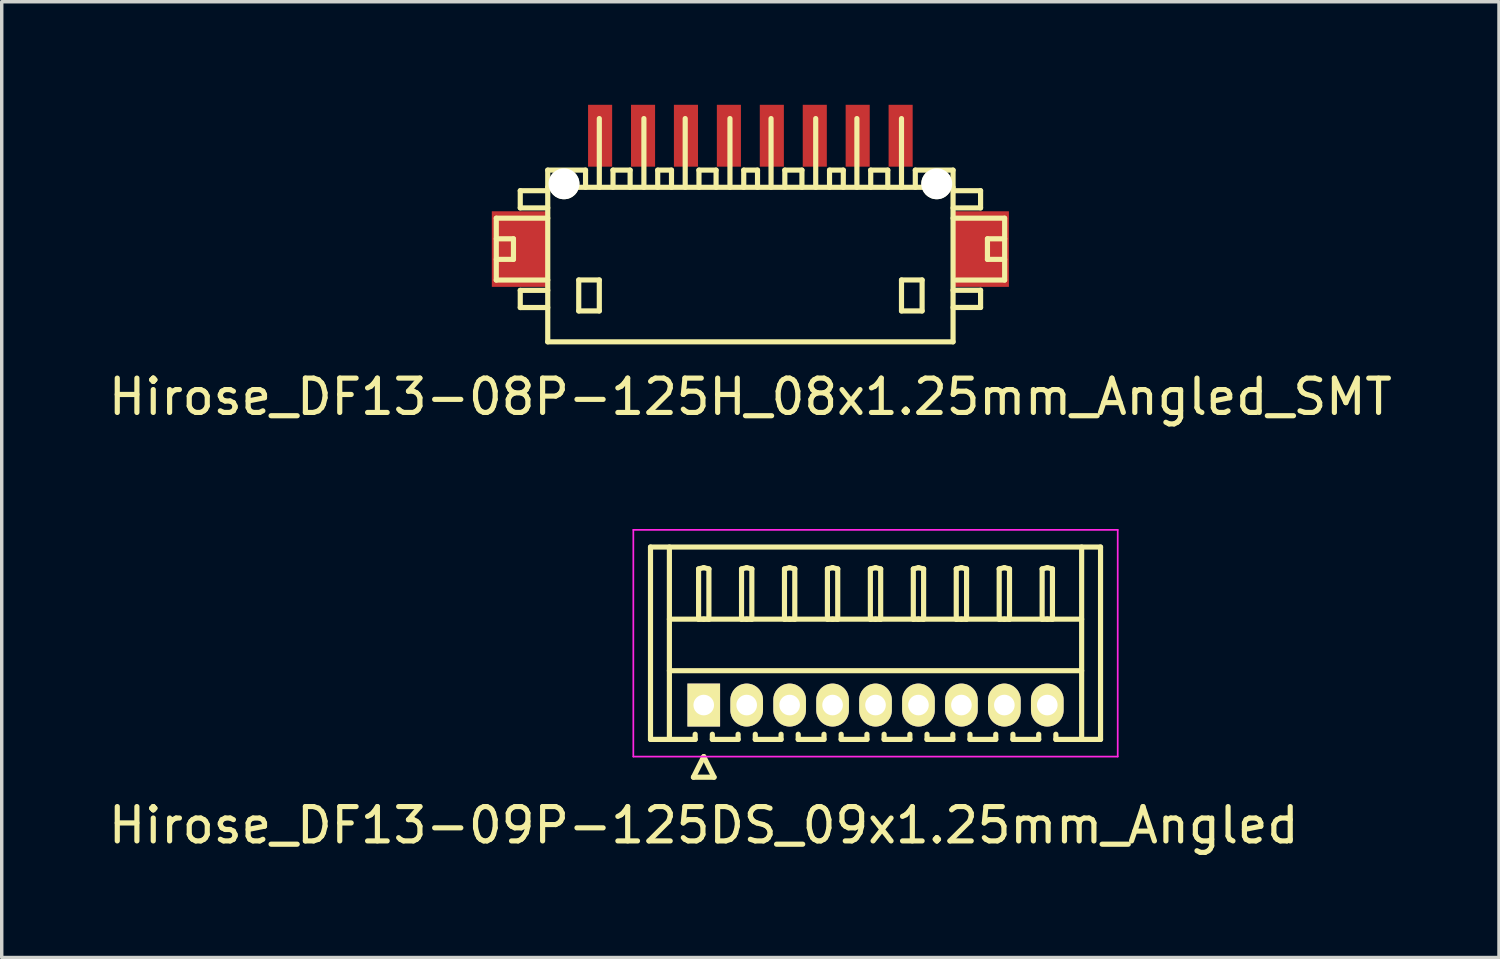
<source format=kicad_pcb>
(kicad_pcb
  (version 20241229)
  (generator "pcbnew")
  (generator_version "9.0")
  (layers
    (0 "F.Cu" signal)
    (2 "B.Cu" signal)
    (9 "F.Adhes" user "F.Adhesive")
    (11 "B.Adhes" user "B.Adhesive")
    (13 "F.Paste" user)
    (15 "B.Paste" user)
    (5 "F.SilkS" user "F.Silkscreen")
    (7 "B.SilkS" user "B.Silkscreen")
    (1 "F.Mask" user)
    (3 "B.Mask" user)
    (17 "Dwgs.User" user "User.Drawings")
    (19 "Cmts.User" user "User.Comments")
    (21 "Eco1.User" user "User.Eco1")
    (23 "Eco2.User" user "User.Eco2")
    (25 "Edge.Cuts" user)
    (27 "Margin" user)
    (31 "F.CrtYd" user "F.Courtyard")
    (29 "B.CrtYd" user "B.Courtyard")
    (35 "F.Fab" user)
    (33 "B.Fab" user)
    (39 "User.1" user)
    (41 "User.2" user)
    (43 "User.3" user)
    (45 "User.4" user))
  (footprint "Hirose_DF13-08P-125H_08x1.25mm_Angled_SMT"
    (layer "F.Cu")
    (at 18.792 4.401)
    (property "Reference" "Hirose_DF13-08P-125H_08x1.25mm_Angled_SMT" (at 0 4.1 0) (layer "F.SilkS") (effects (font (size 1 1) (thickness 0.15))))
    (attr smd)
    (fp_line (start -7.396 -1.1) (end -7.396 0.701) (stroke (width 0.15) (type solid)) (layer "F.SilkS"))
    (fp_line (start -7.396 0.701) (end -5.898 0.701) (stroke (width 0.15) (type solid)) (layer "F.SilkS"))
    (fp_line (start -6.896 -0.5) (end -7.396 -0.5) (stroke (width 0.15) (type solid)) (layer "F.SilkS"))
    (fp_line (start -6.896 0.099) (end -7.396 0.099) (stroke (width 0.15) (type solid)) (layer "F.SilkS"))
    (fp_line (start -6.896 0.099) (end -6.896 -0.5) (stroke (width 0.15) (type solid)) (layer "F.SilkS"))
    (fp_line (start -6.698 -1.9) (end -6.698 -1.4) (stroke (width 0.15) (type solid)) (layer "F.SilkS"))
    (fp_line (start -6.698 -1.9) (end -5.898 -1.9) (stroke (width 0.15) (type solid)) (layer "F.SilkS"))
    (fp_line (start -6.698 1.001) (end -6.698 1.501) (stroke (width 0.15) (type solid)) (layer "F.SilkS"))
    (fp_line (start -6.698 1.501) (end -5.898 1.501) (stroke (width 0.15) (type solid)) (layer "F.SilkS"))
    (fp_line (start -5.9 -1.999) (end 5.9 -1.999) (stroke (width 0.15) (type solid)) (layer "F.SilkS"))
    (fp_line (start -5.9 2.499) (end 5.9 2.499) (stroke (width 0.15) (type solid)) (layer "F.SilkS"))
    (fp_line (start -5.898 -1.4) (end -6.698 -1.4) (stroke (width 0.15) (type solid)) (layer "F.SilkS"))
    (fp_line (start -5.898 -1.1) (end -7.396 -1.1) (stroke (width 0.15) (type solid)) (layer "F.SilkS"))
    (fp_line (start -5.898 1.001) (end -6.698 1.001) (stroke (width 0.15) (type solid)) (layer "F.SilkS"))
    (fp_line (start -5.898 2.499) (end -5.898 -2.499) (stroke (width 0.15) (type solid)) (layer "F.SilkS"))
    (fp_line (start -4.996 0.699) (end -4.996 1.6) (stroke (width 0.15) (type solid)) (layer "F.SilkS"))
    (fp_line (start -4.996 1.6) (end -4.397 1.6) (stroke (width 0.15) (type solid)) (layer "F.SilkS"))
    (fp_line (start -4.798 -2.499) (end -5.898 -2.499) (stroke (width 0.15) (type solid)) (layer "F.SilkS"))
    (fp_line (start -4.798 -2.499) (end -4.798 -1.999) (stroke (width 0.15) (type solid)) (layer "F.SilkS"))
    (fp_line (start -4.397 -4) (end -4.397 -1.999) (stroke (width 0.15) (type solid)) (layer "F.SilkS"))
    (fp_line (start -4.397 0.699) (end -4.996 0.699) (stroke (width 0.15) (type solid)) (layer "F.SilkS"))
    (fp_line (start -4.397 1.6) (end -4.397 0.699) (stroke (width 0.15) (type solid)) (layer "F.SilkS"))
    (fp_line (start -4 -2.499) (end -3.5 -2.499) (stroke (width 0.15) (type solid)) (layer "F.SilkS"))
    (fp_line (start -3.998 -1.999) (end -3.998 -2.499) (stroke (width 0.15) (type solid)) (layer "F.SilkS"))
    (fp_line (start -3.5 -2.499) (end -3.5 -1.999) (stroke (width 0.15) (type solid)) (layer "F.SilkS"))
    (fp_line (start -3.099 -1.999) (end -3.099 -4) (stroke (width 0.15) (type solid)) (layer "F.SilkS"))
    (fp_line (start -2.697 -2.499) (end -2.697 -1.999) (stroke (width 0.15) (type solid)) (layer "F.SilkS"))
    (fp_line (start -2.296 -2.499) (end -2.697 -2.499) (stroke (width 0.15) (type solid)) (layer "F.SilkS"))
    (fp_line (start -2.296 -2.499) (end -2.296 -1.999) (stroke (width 0.15) (type solid)) (layer "F.SilkS"))
    (fp_line (start -1.897 -1.999) (end -1.897 -4) (stroke (width 0.15) (type solid)) (layer "F.SilkS"))
    (fp_line (start -1.499 -2.499) (end -0.998 -2.499) (stroke (width 0.15) (type solid)) (layer "F.SilkS"))
    (fp_line (start -1.496 -1.999) (end -1.496 -2.499) (stroke (width 0.15) (type solid)) (layer "F.SilkS"))
    (fp_line (start -0.998 -2.499) (end -0.998 -1.999) (stroke (width 0.15) (type solid)) (layer "F.SilkS"))
    (fp_line (start -0.594 -1.999) (end -0.594 -4) (stroke (width 0.15) (type solid)) (layer "F.SilkS"))
    (fp_line (start -0.193 -2.499) (end -0.193 -1.999) (stroke (width 0.15) (type solid)) (layer "F.SilkS"))
    (fp_line (start 0.208 -2.499) (end -0.193 -2.499) (stroke (width 0.15) (type solid)) (layer "F.SilkS"))
    (fp_line (start 0.208 -2.499) (end 0.208 -1.999) (stroke (width 0.15) (type solid)) (layer "F.SilkS"))
    (fp_line (start 0.602 -1.999) (end 0.602 -4) (stroke (width 0.15) (type solid)) (layer "F.SilkS"))
    (fp_line (start 1.001 -2.499) (end 1.501 -2.499) (stroke (width 0.15) (type solid)) (layer "F.SilkS"))
    (fp_line (start 1.003 -1.999) (end 1.003 -2.499) (stroke (width 0.15) (type solid)) (layer "F.SilkS"))
    (fp_line (start 1.501 -2.499) (end 1.501 -1.999) (stroke (width 0.15) (type solid)) (layer "F.SilkS"))
    (fp_line (start 1.902 -1.999) (end 1.902 -4) (stroke (width 0.15) (type solid)) (layer "F.SilkS"))
    (fp_line (start 2.304 -2.499) (end 2.304 -1.999) (stroke (width 0.15) (type solid)) (layer "F.SilkS"))
    (fp_line (start 2.705 -2.499) (end 2.304 -2.499) (stroke (width 0.15) (type solid)) (layer "F.SilkS"))
    (fp_line (start 2.705 -2.499) (end 2.705 -1.999) (stroke (width 0.15) (type solid)) (layer "F.SilkS"))
    (fp_line (start 3.101 -1.999) (end 3.101 -4) (stroke (width 0.15) (type solid)) (layer "F.SilkS"))
    (fp_line (start 3.5 -2.499) (end 4 -2.499) (stroke (width 0.15) (type solid)) (layer "F.SilkS"))
    (fp_line (start 3.503 -1.999) (end 3.503 -2.499) (stroke (width 0.15) (type solid)) (layer "F.SilkS"))
    (fp_line (start 4 -2.499) (end 4 -1.999) (stroke (width 0.15) (type solid)) (layer "F.SilkS"))
    (fp_line (start 4.399 -1.999) (end 4.399 -4) (stroke (width 0.15) (type solid)) (layer "F.SilkS"))
    (fp_line (start 4.399 0.699) (end 4.999 0.699) (stroke (width 0.15) (type solid)) (layer "F.SilkS"))
    (fp_line (start 4.399 1.6) (end 4.399 0.699) (stroke (width 0.15) (type solid)) (layer "F.SilkS"))
    (fp_line (start 4.801 -2.499) (end 4.801 -1.999) (stroke (width 0.15) (type solid)) (layer "F.SilkS"))
    (fp_line (start 4.999 0.699) (end 4.999 1.6) (stroke (width 0.15) (type solid)) (layer "F.SilkS"))
    (fp_line (start 4.999 1.6) (end 4.399 1.6) (stroke (width 0.15) (type solid)) (layer "F.SilkS"))
    (fp_line (start 5.9 -2.499) (end 4.801 -2.499) (stroke (width 0.15) (type solid)) (layer "F.SilkS"))
    (fp_line (start 5.9 -2.499) (end 5.9 2.499) (stroke (width 0.15) (type solid)) (layer "F.SilkS"))
    (fp_line (start 5.9 -1.9) (end 6.701 -1.9) (stroke (width 0.15) (type solid)) (layer "F.SilkS"))
    (fp_line (start 5.9 0.998) (end 6.701 0.998) (stroke (width 0.15) (type solid)) (layer "F.SilkS"))
    (fp_line (start 6.701 -1.9) (end 6.701 -1.4) (stroke (width 0.15) (type solid)) (layer "F.SilkS"))
    (fp_line (start 6.701 -1.4) (end 5.9 -1.4) (stroke (width 0.15) (type solid)) (layer "F.SilkS"))
    (fp_line (start 6.701 0.998) (end 6.701 1.499) (stroke (width 0.15) (type solid)) (layer "F.SilkS"))
    (fp_line (start 6.701 1.499) (end 5.9 1.499) (stroke (width 0.15) (type solid)) (layer "F.SilkS"))
    (fp_line (start 6.901 0.099) (end 6.901 -0.5) (stroke (width 0.15) (type solid)) (layer "F.SilkS"))
    (fp_line (start 7.399 -1.1) (end 5.9 -1.1) (stroke (width 0.15) (type solid)) (layer "F.SilkS"))
    (fp_line (start 7.399 0.701) (end 5.999 0.701) (stroke (width 0.15) (type solid)) (layer "F.SilkS"))
    (fp_line (start 7.402 -1.1) (end 7.402 0.701) (stroke (width 0.15) (type solid)) (layer "F.SilkS"))
    (fp_line (start 7.402 -0.5) (end 6.901 -0.5) (stroke (width 0.15) (type solid)) (layer "F.SilkS"))
    (fp_line (start 7.402 0.099) (end 6.901 0.099) (stroke (width 0.15) (type solid)) (layer "F.SilkS"))
    (pad "" smd rect (at -6.726 -0.201) (size 1.6 2.2) (layers "F.Cu" "F.Mask" "F.Paste"))
    (pad "" np_thru_hole circle (at -5.425 -2.101) (size 0.899 0.899) (drill 0.899) (layers "*.Cu" "*.Mask" "F.SilkS"))
    (pad "" np_thru_hole circle (at 5.425 -2.101) (size 0.899 0.899) (drill 0.899) (layers "*.Cu" "*.Mask" "F.SilkS"))
    (pad "" smd rect (at 6.726 -0.201) (size 1.6 2.2) (layers "F.Cu" "F.Mask" "F.Paste"))
    (pad "1" smd rect (at 4.374 -3.5) (size 0.701 1.801) (layers "F.Cu" "F.Mask" "F.Paste"))
    (pad "2" smd rect (at 3.124 -3.5) (size 0.701 1.801) (layers "F.Cu" "F.Mask" "F.Paste"))
    (pad "3" smd rect (at 1.875 -3.5) (size 0.701 1.801) (layers "F.Cu" "F.Mask" "F.Paste"))
    (pad "4" smd rect (at 0.625 -3.5) (size 0.701 1.801) (layers "F.Cu" "F.Mask" "F.Paste"))
    (pad "5" smd rect (at -0.625 -3.5) (size 0.701 1.801) (layers "F.Cu" "F.Mask" "F.Paste"))
    (pad "6" smd rect (at -1.875 -3.5) (size 0.701 1.801) (layers "F.Cu" "F.Mask" "F.Paste"))
    (pad "7" smd rect (at -3.124 -3.5) (size 0.701 1.801) (layers "F.Cu" "F.Mask" "F.Paste"))
    (pad "8" smd rect (at -4.374 -3.5) (size 0.701 1.801) (layers "F.Cu" "F.Mask" "F.Paste")))
  (footprint "Hirose_DF13-09P-125DS_09x1.25mm_Angled"
    (layer "F.Cu")
    (at 17.435 17.473)
    (property "Reference" "Hirose_DF13-09P-125DS_09x1.25mm_Angled" (at 0 3.5 0) (layer "F.SilkS") (effects (font (size 1 1) (thickness 0.15))))
    (attr through_hole)
    (fp_line (start -1.55 -4.6) (end 11.55 -4.6) (stroke (width 0.15) (type solid)) (layer "F.SilkS"))
    (fp_line (start -1.55 1) (end -1.55 -4.6) (stroke (width 0.15) (type solid)) (layer "F.SilkS"))
    (fp_line (start -1 -4.6) (end -1 1) (stroke (width 0.15) (type solid)) (layer "F.SilkS"))
    (fp_line (start -1 -2.5) (end 11 -2.5) (stroke (width 0.15) (type solid)) (layer "F.SilkS"))
    (fp_line (start -1 -1) (end 11 -1) (stroke (width 0.15) (type solid)) (layer "F.SilkS"))
    (fp_line (start -0.3 2.1) (end 0.3 2.1) (stroke (width 0.15) (type solid)) (layer "F.SilkS"))
    (fp_line (start -0.25 0.85) (end -0.25 1) (stroke (width 0.15) (type solid)) (layer "F.SilkS"))
    (fp_line (start -0.25 1) (end -1.55 1) (stroke (width 0.15) (type solid)) (layer "F.SilkS"))
    (fp_line (start -0.15 -3.962) (end 0 -4) (stroke (width 0.15) (type solid)) (layer "F.SilkS"))
    (fp_line (start -0.15 -2.5) (end -0.15 -3.962) (stroke (width 0.15) (type solid)) (layer "F.SilkS"))
    (fp_line (start 0 -4) (end 0.15 -3.962) (stroke (width 0.15) (type solid)) (layer "F.SilkS"))
    (fp_line (start 0 -2.5) (end -0.15 -2.5) (stroke (width 0.15) (type solid)) (layer "F.SilkS"))
    (fp_line (start 0 1.5) (end -0.3 2.1) (stroke (width 0.15) (type solid)) (layer "F.SilkS"))
    (fp_line (start 0.15 -3.962) (end 0.15 -2.5) (stroke (width 0.15) (type solid)) (layer "F.SilkS"))
    (fp_line (start 0.15 -2.5) (end 0 -2.5) (stroke (width 0.15) (type solid)) (layer "F.SilkS"))
    (fp_line (start 0.25 0.85) (end 0.25 1) (stroke (width 0.15) (type solid)) (layer "F.SilkS"))
    (fp_line (start 0.25 1) (end 1 1) (stroke (width 0.15) (type solid)) (layer "F.SilkS"))
    (fp_line (start 0.3 2.1) (end 0 1.5) (stroke (width 0.15) (type solid)) (layer "F.SilkS"))
    (fp_line (start 1 1) (end 1 0.85) (stroke (width 0.15) (type solid)) (layer "F.SilkS"))
    (fp_line (start 1.1 -3.962) (end 1.25 -4) (stroke (width 0.15) (type solid)) (layer "F.SilkS"))
    (fp_line (start 1.1 -2.5) (end 1.1 -3.962) (stroke (width 0.15) (type solid)) (layer "F.SilkS"))
    (fp_line (start 1.25 -4) (end 1.4 -3.962) (stroke (width 0.15) (type solid)) (layer "F.SilkS"))
    (fp_line (start 1.25 -2.5) (end 1.1 -2.5) (stroke (width 0.15) (type solid)) (layer "F.SilkS"))
    (fp_line (start 1.4 -3.962) (end 1.4 -2.5) (stroke (width 0.15) (type solid)) (layer "F.SilkS"))
    (fp_line (start 1.4 -2.5) (end 1.25 -2.5) (stroke (width 0.15) (type solid)) (layer "F.SilkS"))
    (fp_line (start 1.5 0.85) (end 1.5 1) (stroke (width 0.15) (type solid)) (layer "F.SilkS"))
    (fp_line (start 1.5 1) (end 2.25 1) (stroke (width 0.15) (type solid)) (layer "F.SilkS"))
    (fp_line (start 2.25 1) (end 2.25 0.85) (stroke (width 0.15) (type solid)) (layer "F.SilkS"))
    (fp_line (start 2.35 -3.962) (end 2.5 -4) (stroke (width 0.15) (type solid)) (layer "F.SilkS"))
    (fp_line (start 2.35 -2.5) (end 2.35 -3.962) (stroke (width 0.15) (type solid)) (layer "F.SilkS"))
    (fp_line (start 2.5 -4) (end 2.65 -3.962) (stroke (width 0.15) (type solid)) (layer "F.SilkS"))
    (fp_line (start 2.5 -2.5) (end 2.35 -2.5) (stroke (width 0.15) (type solid)) (layer "F.SilkS"))
    (fp_line (start 2.65 -3.962) (end 2.65 -2.5) (stroke (width 0.15) (type solid)) (layer "F.SilkS"))
    (fp_line (start 2.65 -2.5) (end 2.5 -2.5) (stroke (width 0.15) (type solid)) (layer "F.SilkS"))
    (fp_line (start 2.75 0.85) (end 2.75 1) (stroke (width 0.15) (type solid)) (layer "F.SilkS"))
    (fp_line (start 2.75 1) (end 3.5 1) (stroke (width 0.15) (type solid)) (layer "F.SilkS"))
    (fp_line (start 3.5 1) (end 3.5 0.85) (stroke (width 0.15) (type solid)) (layer "F.SilkS"))
    (fp_line (start 3.6 -3.962) (end 3.75 -4) (stroke (width 0.15) (type solid)) (layer "F.SilkS"))
    (fp_line (start 3.6 -2.5) (end 3.6 -3.962) (stroke (width 0.15) (type solid)) (layer "F.SilkS"))
    (fp_line (start 3.75 -4) (end 3.9 -3.962) (stroke (width 0.15) (type solid)) (layer "F.SilkS"))
    (fp_line (start 3.75 -2.5) (end 3.6 -2.5) (stroke (width 0.15) (type solid)) (layer "F.SilkS"))
    (fp_line (start 3.9 -3.962) (end 3.9 -2.5) (stroke (width 0.15) (type solid)) (layer "F.SilkS"))
    (fp_line (start 3.9 -2.5) (end 3.75 -2.5) (stroke (width 0.15) (type solid)) (layer "F.SilkS"))
    (fp_line (start 4 0.85) (end 4 1) (stroke (width 0.15) (type solid)) (layer "F.SilkS"))
    (fp_line (start 4 1) (end 4.75 1) (stroke (width 0.15) (type solid)) (layer "F.SilkS"))
    (fp_line (start 4.75 1) (end 4.75 0.85) (stroke (width 0.15) (type solid)) (layer "F.SilkS"))
    (fp_line (start 4.85 -3.962) (end 5 -4) (stroke (width 0.15) (type solid)) (layer "F.SilkS"))
    (fp_line (start 4.85 -2.5) (end 4.85 -3.962) (stroke (width 0.15) (type solid)) (layer "F.SilkS"))
    (fp_line (start 5 -4) (end 5.15 -3.962) (stroke (width 0.15) (type solid)) (layer "F.SilkS"))
    (fp_line (start 5 -2.5) (end 4.85 -2.5) (stroke (width 0.15) (type solid)) (layer "F.SilkS"))
    (fp_line (start 5.15 -3.962) (end 5.15 -2.5) (stroke (width 0.15) (type solid)) (layer "F.SilkS"))
    (fp_line (start 5.15 -2.5) (end 5 -2.5) (stroke (width 0.15) (type solid)) (layer "F.SilkS"))
    (fp_line (start 5.25 0.85) (end 5.25 1) (stroke (width 0.15) (type solid)) (layer "F.SilkS"))
    (fp_line (start 5.25 1) (end 6 1) (stroke (width 0.15) (type solid)) (layer "F.SilkS"))
    (fp_line (start 6 1) (end 6 0.85) (stroke (width 0.15) (type solid)) (layer "F.SilkS"))
    (fp_line (start 6.1 -3.962) (end 6.25 -4) (stroke (width 0.15) (type solid)) (layer "F.SilkS"))
    (fp_line (start 6.1 -2.5) (end 6.1 -3.962) (stroke (width 0.15) (type solid)) (layer "F.SilkS"))
    (fp_line (start 6.25 -4) (end 6.4 -3.962) (stroke (width 0.15) (type solid)) (layer "F.SilkS"))
    (fp_line (start 6.25 -2.5) (end 6.1 -2.5) (stroke (width 0.15) (type solid)) (layer "F.SilkS"))
    (fp_line (start 6.4 -3.962) (end 6.4 -2.5) (stroke (width 0.15) (type solid)) (layer "F.SilkS"))
    (fp_line (start 6.4 -2.5) (end 6.25 -2.5) (stroke (width 0.15) (type solid)) (layer "F.SilkS"))
    (fp_line (start 6.5 0.85) (end 6.5 1) (stroke (width 0.15) (type solid)) (layer "F.SilkS"))
    (fp_line (start 6.5 1) (end 7.25 1) (stroke (width 0.15) (type solid)) (layer "F.SilkS"))
    (fp_line (start 7.25 1) (end 7.25 0.85) (stroke (width 0.15) (type solid)) (layer "F.SilkS"))
    (fp_line (start 7.35 -3.962) (end 7.5 -4) (stroke (width 0.15) (type solid)) (layer "F.SilkS"))
    (fp_line (start 7.35 -2.5) (end 7.35 -3.962) (stroke (width 0.15) (type solid)) (layer "F.SilkS"))
    (fp_line (start 7.5 -4) (end 7.65 -3.962) (stroke (width 0.15) (type solid)) (layer "F.SilkS"))
    (fp_line (start 7.5 -2.5) (end 7.35 -2.5) (stroke (width 0.15) (type solid)) (layer "F.SilkS"))
    (fp_line (start 7.65 -3.962) (end 7.65 -2.5) (stroke (width 0.15) (type solid)) (layer "F.SilkS"))
    (fp_line (start 7.65 -2.5) (end 7.5 -2.5) (stroke (width 0.15) (type solid)) (layer "F.SilkS"))
    (fp_line (start 7.75 0.85) (end 7.75 1) (stroke (width 0.15) (type solid)) (layer "F.SilkS"))
    (fp_line (start 7.75 1) (end 8.5 1) (stroke (width 0.15) (type solid)) (layer "F.SilkS"))
    (fp_line (start 8.5 1) (end 8.5 0.85) (stroke (width 0.15) (type solid)) (layer "F.SilkS"))
    (fp_line (start 8.6 -3.962) (end 8.75 -4) (stroke (width 0.15) (type solid)) (layer "F.SilkS"))
    (fp_line (start 8.6 -2.5) (end 8.6 -3.962) (stroke (width 0.15) (type solid)) (layer "F.SilkS"))
    (fp_line (start 8.75 -4) (end 8.9 -3.962) (stroke (width 0.15) (type solid)) (layer "F.SilkS"))
    (fp_line (start 8.75 -2.5) (end 8.6 -2.5) (stroke (width 0.15) (type solid)) (layer "F.SilkS"))
    (fp_line (start 8.9 -3.962) (end 8.9 -2.5) (stroke (width 0.15) (type solid)) (layer "F.SilkS"))
    (fp_line (start 8.9 -2.5) (end 8.75 -2.5) (stroke (width 0.15) (type solid)) (layer "F.SilkS"))
    (fp_line (start 9 0.85) (end 9 1) (stroke (width 0.15) (type solid)) (layer "F.SilkS"))
    (fp_line (start 9 1) (end 9.75 1) (stroke (width 0.15) (type solid)) (layer "F.SilkS"))
    (fp_line (start 9.75 1) (end 9.75 0.85) (stroke (width 0.15) (type solid)) (layer "F.SilkS"))
    (fp_line (start 9.85 -3.962) (end 10 -4) (stroke (width 0.15) (type solid)) (layer "F.SilkS"))
    (fp_line (start 9.85 -2.5) (end 9.85 -3.962) (stroke (width 0.15) (type solid)) (layer "F.SilkS"))
    (fp_line (start 10 -4) (end 10.15 -3.962) (stroke (width 0.15) (type solid)) (layer "F.SilkS"))
    (fp_line (start 10 -2.5) (end 9.85 -2.5) (stroke (width 0.15) (type solid)) (layer "F.SilkS"))
    (fp_line (start 10.15 -3.962) (end 10.15 -2.5) (stroke (width 0.15) (type solid)) (layer "F.SilkS"))
    (fp_line (start 10.15 -2.5) (end 10 -2.5) (stroke (width 0.15) (type solid)) (layer "F.SilkS"))
    (fp_line (start 10.25 1) (end 10.25 0.85) (stroke (width 0.15) (type solid)) (layer "F.SilkS"))
    (fp_line (start 11 -4.6) (end 11 1) (stroke (width 0.15) (type solid)) (layer "F.SilkS"))
    (fp_line (start 11.55 -4.6) (end 11.55 1) (stroke (width 0.15) (type solid)) (layer "F.SilkS"))
    (fp_line (start 11.55 1) (end 10.25 1) (stroke (width 0.15) (type solid)) (layer "F.SilkS"))
    (fp_line (start -2.05 -5.1) (end -2.05 1.5) (stroke (width 0.05) (type solid)) (layer "F.CrtYd"))
    (fp_line (start -2.05 1.5) (end 12.05 1.5) (stroke (width 0.05) (type solid)) (layer "F.CrtYd"))
    (fp_line (start 12.05 -5.1) (end -2.05 -5.1) (stroke (width 0.05) (type solid)) (layer "F.CrtYd"))
    (fp_line (start 12.05 1.5) (end 12.05 -5.1) (stroke (width 0.05) (type solid)) (layer "F.CrtYd"))
    (pad "1" thru_hole rect (at 0 0) (size 0.95 1.25) (drill 0.6) (layers "*.Cu" "*.Mask" "F.SilkS"))
    (pad "2" thru_hole oval (at 1.25 0) (size 0.95 1.25) (drill 0.6) (layers "*.Cu" "*.Mask" "F.SilkS"))
    (pad "3" thru_hole oval (at 2.5 0) (size 0.95 1.25) (drill 0.6) (layers "*.Cu" "*.Mask" "F.SilkS"))
    (pad "4" thru_hole oval (at 3.75 0) (size 0.95 1.25) (drill 0.6) (layers "*.Cu" "*.Mask" "F.SilkS"))
    (pad "5" thru_hole oval (at 5 0) (size 0.95 1.25) (drill 0.6) (layers "*.Cu" "*.Mask" "F.SilkS"))
    (pad "6" thru_hole oval (at 6.25 0) (size 0.95 1.25) (drill 0.6) (layers "*.Cu" "*.Mask" "F.SilkS"))
    (pad "7" thru_hole oval (at 7.5 0) (size 0.95 1.25) (drill 0.6) (layers "*.Cu" "*.Mask" "F.SilkS"))
    (pad "8" thru_hole oval (at 8.75 0) (size 0.95 1.25) (drill 0.6) (layers "*.Cu" "*.Mask" "F.SilkS"))
    (pad "9" thru_hole oval (at 10 0) (size 0.95 1.25) (drill 0.6) (layers "*.Cu" "*.Mask" "F.SilkS")))
  (gr_rect
    (start -3 -3)
    (end 40.583 24.822)
    (stroke (width 0.1) (type default))
    (fill no)
    (layer "Edge.Cuts")))
</source>
